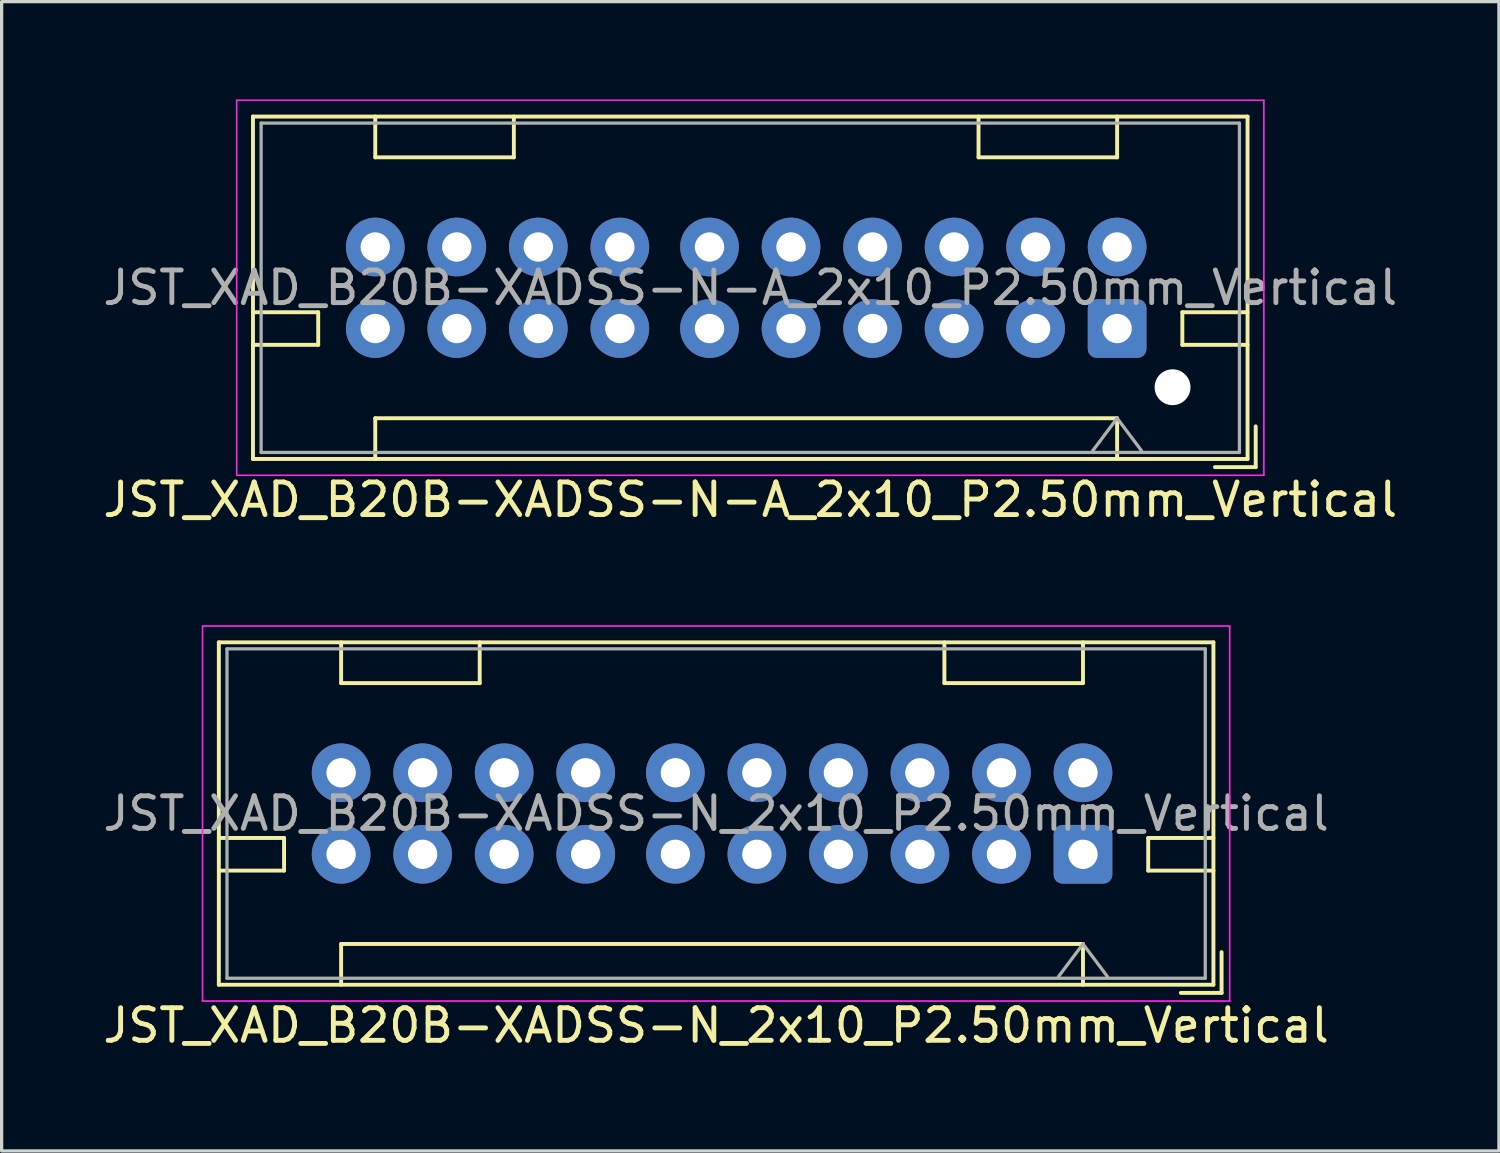
<source format=kicad_pcb>
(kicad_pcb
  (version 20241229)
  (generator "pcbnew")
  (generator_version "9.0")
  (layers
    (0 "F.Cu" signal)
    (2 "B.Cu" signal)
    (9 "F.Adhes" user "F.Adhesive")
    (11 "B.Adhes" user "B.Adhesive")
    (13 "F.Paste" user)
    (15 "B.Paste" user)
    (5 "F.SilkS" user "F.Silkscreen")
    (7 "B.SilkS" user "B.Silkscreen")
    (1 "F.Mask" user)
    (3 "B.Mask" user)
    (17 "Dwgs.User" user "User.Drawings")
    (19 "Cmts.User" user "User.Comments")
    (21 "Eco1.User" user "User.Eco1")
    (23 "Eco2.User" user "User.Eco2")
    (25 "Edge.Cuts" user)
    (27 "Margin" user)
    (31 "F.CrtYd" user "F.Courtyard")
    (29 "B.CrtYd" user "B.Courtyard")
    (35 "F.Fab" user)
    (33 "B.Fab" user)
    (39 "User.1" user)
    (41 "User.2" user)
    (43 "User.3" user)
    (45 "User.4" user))
  (footprint "JST_XAD_B20B-XADSS-N-A_2x10_P2.50mm_Vertical"
    (layer "F.Cu")
    (at 31.208 7.025)
    (property "Reference" "JST_XAD_B20B-XADSS-N-A_2x10_P2.50mm_Vertical" (at -11.25 5.25 0) (layer "F.SilkS") (effects (font (size 1 1) (thickness 0.15))))
    (attr through_hole)
    (fp_line (start -26.5 -6.5) (end -26.5 4) (stroke (width 0.12) (type solid)) (layer "F.SilkS"))
    (fp_line (start -26.5 0.5) (end -24.5 0.5) (stroke (width 0.12) (type solid)) (layer "F.SilkS"))
    (fp_line (start -26.5 4) (end 4 4) (stroke (width 0.12) (type solid)) (layer "F.SilkS"))
    (fp_line (start -24.5 -0.5) (end -26.5 -0.5) (stroke (width 0.12) (type solid)) (layer "F.SilkS"))
    (fp_line (start -24.5 0.5) (end -24.5 -0.5) (stroke (width 0.12) (type solid)) (layer "F.SilkS"))
    (fp_line (start -22.75 -5.25) (end -22.75 -6.5) (stroke (width 0.12) (type solid)) (layer "F.SilkS"))
    (fp_line (start -22.75 2.75) (end 0 2.75) (stroke (width 0.12) (type solid)) (layer "F.SilkS"))
    (fp_line (start -22.75 4) (end -22.75 2.75) (stroke (width 0.12) (type solid)) (layer "F.SilkS"))
    (fp_line (start -18.5 -6.5) (end -18.5 -5.25) (stroke (width 0.12) (type solid)) (layer "F.SilkS"))
    (fp_line (start -18.5 -5.25) (end -22.75 -5.25) (stroke (width 0.12) (type solid)) (layer "F.SilkS"))
    (fp_line (start -4.25 -6.5) (end -4.25 -5.25) (stroke (width 0.12) (type solid)) (layer "F.SilkS"))
    (fp_line (start -4.25 -5.25) (end 0 -5.25) (stroke (width 0.12) (type solid)) (layer "F.SilkS"))
    (fp_line (start 0 -5.25) (end 0 -6.5) (stroke (width 0.12) (type solid)) (layer "F.SilkS"))
    (fp_line (start 0 2.75) (end 0 4) (stroke (width 0.12) (type solid)) (layer "F.SilkS"))
    (fp_line (start 2 -0.5) (end 4 -0.5) (stroke (width 0.12) (type solid)) (layer "F.SilkS"))
    (fp_line (start 2 0.5) (end 2 -0.5) (stroke (width 0.12) (type solid)) (layer "F.SilkS"))
    (fp_line (start 3 4.25) (end 4.25 4.25) (stroke (width 0.12) (type solid)) (layer "F.SilkS"))
    (fp_line (start 4 -6.5) (end -26.5 -6.5) (stroke (width 0.12) (type solid)) (layer "F.SilkS"))
    (fp_line (start 4 0.5) (end 2 0.5) (stroke (width 0.12) (type solid)) (layer "F.SilkS"))
    (fp_line (start 4 4) (end 4 -6.5) (stroke (width 0.12) (type solid)) (layer "F.SilkS"))
    (fp_line (start 4.25 4.25) (end 4.25 3) (stroke (width 0.12) (type solid)) (layer "F.SilkS"))
    (fp_line (start -27 -7) (end -27 4.5) (stroke (width 0.05) (type solid)) (layer "F.CrtYd"))
    (fp_line (start -27 4.5) (end 4.5 4.5) (stroke (width 0.05) (type solid)) (layer "F.CrtYd"))
    (fp_line (start 4.5 -7) (end -27 -7) (stroke (width 0.05) (type solid)) (layer "F.CrtYd"))
    (fp_line (start 4.5 4.5) (end 4.5 -7) (stroke (width 0.05) (type solid)) (layer "F.CrtYd"))
    (fp_line (start -26.25 -6.3) (end -26.25 3.8) (stroke (width 0.1) (type solid)) (layer "F.Fab"))
    (fp_line (start -26.25 3.8) (end 3.75 3.8) (stroke (width 0.1) (type solid)) (layer "F.Fab"))
    (fp_line (start 0 2.75) (end -0.75 3.75) (stroke (width 0.1) (type solid)) (layer "F.Fab"))
    (fp_line (start 0 2.75) (end 0.75 3.75) (stroke (width 0.1) (type solid)) (layer "F.Fab"))
    (fp_line (start 3.75 -6.3) (end -26.25 -6.3) (stroke (width 0.1) (type solid)) (layer "F.Fab"))
    (fp_line (start 3.75 3.8) (end 3.75 -6.3) (stroke (width 0.1) (type solid)) (layer "F.Fab"))
    (fp_text user "${REFERENCE}" (at -11.25 -1.25 0) (layer "F.Fab") (effects (font (size 1 1) (thickness 0.15))))
    (pad "" np_thru_hole circle (at 1.7 1.8 180) (size 1.1 1.1) (drill 1.1) (layers "*.Cu" "*.Mask"))
    (pad "1" thru_hole roundrect (at 0 0 180) (size 1.8 1.8) (drill 0.9) (layers "*.Cu" "*.Mask") (roundrect_rratio 0.15))
    (pad "2" thru_hole circle (at 0 -2.5 180) (size 1.8 1.8) (drill 0.9) (layers "*.Cu" "*.Mask"))
    (pad "3" thru_hole circle (at -2.5 0 180) (size 1.8 1.8) (drill 0.9) (layers "*.Cu" "*.Mask"))
    (pad "4" thru_hole circle (at -2.5 -2.5 180) (size 1.8 1.8) (drill 0.9) (layers "*.Cu" "*.Mask"))
    (pad "5" thru_hole circle (at -5 0 180) (size 1.8 1.8) (drill 0.9) (layers "*.Cu" "*.Mask"))
    (pad "6" thru_hole circle (at -5 -2.5 180) (size 1.8 1.8) (drill 0.9) (layers "*.Cu" "*.Mask"))
    (pad "7" thru_hole circle (at -7.5 0 180) (size 1.8 1.8) (drill 0.9) (layers "*.Cu" "*.Mask"))
    (pad "8" thru_hole circle (at -7.5 -2.5 180) (size 1.8 1.8) (drill 0.9) (layers "*.Cu" "*.Mask"))
    (pad "9" thru_hole circle (at -10 0 180) (size 1.8 1.8) (drill 0.9) (layers "*.Cu" "*.Mask"))
    (pad "10" thru_hole circle (at -10 -2.5 180) (size 1.8 1.8) (drill 0.9) (layers "*.Cu" "*.Mask"))
    (pad "11" thru_hole circle (at -12.5 0 180) (size 1.8 1.8) (drill 0.9) (layers "*.Cu" "*.Mask"))
    (pad "12" thru_hole circle (at -12.5 -2.5 180) (size 1.8 1.8) (drill 0.9) (layers "*.Cu" "*.Mask"))
    (pad "13" thru_hole circle (at -15.25 0 180) (size 1.8 1.8) (drill 0.9) (layers "*.Cu" "*.Mask"))
    (pad "14" thru_hole circle (at -15.25 -2.5 180) (size 1.8 1.8) (drill 0.9) (layers "*.Cu" "*.Mask"))
    (pad "15" thru_hole circle (at -17.75 0 180) (size 1.8 1.8) (drill 0.9) (layers "*.Cu" "*.Mask"))
    (pad "16" thru_hole circle (at -17.75 -2.5 180) (size 1.8 1.8) (drill 0.9) (layers "*.Cu" "*.Mask"))
    (pad "17" thru_hole circle (at -20.25 0 180) (size 1.8 1.8) (drill 0.9) (layers "*.Cu" "*.Mask"))
    (pad "18" thru_hole circle (at -20.25 -2.5 180) (size 1.8 1.8) (drill 0.9) (layers "*.Cu" "*.Mask"))
    (pad "19" thru_hole circle (at -22.75 0 180) (size 1.8 1.8) (drill 0.9) (layers "*.Cu" "*.Mask"))
    (pad "20" thru_hole circle (at -22.75 -2.5 180) (size 1.8 1.8) (drill 0.9) (layers "*.Cu" "*.Mask")))
  (footprint "JST_XAD_B20B-XADSS-N_2x10_P2.50mm_Vertical"
    (layer "F.Cu")
    (at 30.161 23.148)
    (property "Reference" "JST_XAD_B20B-XADSS-N_2x10_P2.50mm_Vertical" (at -11.25 5.25 0) (layer "F.SilkS") (effects (font (size 1 1) (thickness 0.15))))
    (attr through_hole)
    (fp_line (start -26.5 -6.5) (end -26.5 4) (stroke (width 0.12) (type solid)) (layer "F.SilkS"))
    (fp_line (start -26.5 0.5) (end -24.5 0.5) (stroke (width 0.12) (type solid)) (layer "F.SilkS"))
    (fp_line (start -26.5 4) (end 4 4) (stroke (width 0.12) (type solid)) (layer "F.SilkS"))
    (fp_line (start -24.5 -0.5) (end -26.5 -0.5) (stroke (width 0.12) (type solid)) (layer "F.SilkS"))
    (fp_line (start -24.5 0.5) (end -24.5 -0.5) (stroke (width 0.12) (type solid)) (layer "F.SilkS"))
    (fp_line (start -22.75 -5.25) (end -22.75 -6.5) (stroke (width 0.12) (type solid)) (layer "F.SilkS"))
    (fp_line (start -22.75 2.75) (end 0 2.75) (stroke (width 0.12) (type solid)) (layer "F.SilkS"))
    (fp_line (start -22.75 4) (end -22.75 2.75) (stroke (width 0.12) (type solid)) (layer "F.SilkS"))
    (fp_line (start -18.5 -6.5) (end -18.5 -5.25) (stroke (width 0.12) (type solid)) (layer "F.SilkS"))
    (fp_line (start -18.5 -5.25) (end -22.75 -5.25) (stroke (width 0.12) (type solid)) (layer "F.SilkS"))
    (fp_line (start -4.25 -6.5) (end -4.25 -5.25) (stroke (width 0.12) (type solid)) (layer "F.SilkS"))
    (fp_line (start -4.25 -5.25) (end 0 -5.25) (stroke (width 0.12) (type solid)) (layer "F.SilkS"))
    (fp_line (start 0 -5.25) (end 0 -6.5) (stroke (width 0.12) (type solid)) (layer "F.SilkS"))
    (fp_line (start 0 2.75) (end 0 4) (stroke (width 0.12) (type solid)) (layer "F.SilkS"))
    (fp_line (start 2 -0.5) (end 4 -0.5) (stroke (width 0.12) (type solid)) (layer "F.SilkS"))
    (fp_line (start 2 0.5) (end 2 -0.5) (stroke (width 0.12) (type solid)) (layer "F.SilkS"))
    (fp_line (start 3 4.25) (end 4.25 4.25) (stroke (width 0.12) (type solid)) (layer "F.SilkS"))
    (fp_line (start 4 -6.5) (end -26.5 -6.5) (stroke (width 0.12) (type solid)) (layer "F.SilkS"))
    (fp_line (start 4 0.5) (end 2 0.5) (stroke (width 0.12) (type solid)) (layer "F.SilkS"))
    (fp_line (start 4 4) (end 4 -6.5) (stroke (width 0.12) (type solid)) (layer "F.SilkS"))
    (fp_line (start 4.25 4.25) (end 4.25 3) (stroke (width 0.12) (type solid)) (layer "F.SilkS"))
    (fp_line (start -27 -7) (end -27 4.5) (stroke (width 0.05) (type solid)) (layer "F.CrtYd"))
    (fp_line (start -27 4.5) (end 4.5 4.5) (stroke (width 0.05) (type solid)) (layer "F.CrtYd"))
    (fp_line (start 4.5 -7) (end -27 -7) (stroke (width 0.05) (type solid)) (layer "F.CrtYd"))
    (fp_line (start 4.5 4.5) (end 4.5 -7) (stroke (width 0.05) (type solid)) (layer "F.CrtYd"))
    (fp_line (start -26.25 -6.3) (end -26.25 3.8) (stroke (width 0.1) (type solid)) (layer "F.Fab"))
    (fp_line (start -26.25 3.8) (end 3.75 3.8) (stroke (width 0.1) (type solid)) (layer "F.Fab"))
    (fp_line (start 0 2.75) (end -0.75 3.75) (stroke (width 0.1) (type solid)) (layer "F.Fab"))
    (fp_line (start 0 2.75) (end 0.75 3.75) (stroke (width 0.1) (type solid)) (layer "F.Fab"))
    (fp_line (start 3.75 -6.3) (end -26.25 -6.3) (stroke (width 0.1) (type solid)) (layer "F.Fab"))
    (fp_line (start 3.75 3.8) (end 3.75 -6.3) (stroke (width 0.1) (type solid)) (layer "F.Fab"))
    (fp_text user "${REFERENCE}" (at -11.25 -1.25 0) (layer "F.Fab") (effects (font (size 1 1) (thickness 0.15))))
    (pad "1" thru_hole roundrect (at 0 0 180) (size 1.8 1.8) (drill 0.9) (layers "*.Cu" "*.Mask") (roundrect_rratio 0.15))
    (pad "2" thru_hole circle (at 0 -2.5 180) (size 1.8 1.8) (drill 0.9) (layers "*.Cu" "*.Mask"))
    (pad "3" thru_hole circle (at -2.5 0 180) (size 1.8 1.8) (drill 0.9) (layers "*.Cu" "*.Mask"))
    (pad "4" thru_hole circle (at -2.5 -2.5 180) (size 1.8 1.8) (drill 0.9) (layers "*.Cu" "*.Mask"))
    (pad "5" thru_hole circle (at -5 0 180) (size 1.8 1.8) (drill 0.9) (layers "*.Cu" "*.Mask"))
    (pad "6" thru_hole circle (at -5 -2.5 180) (size 1.8 1.8) (drill 0.9) (layers "*.Cu" "*.Mask"))
    (pad "7" thru_hole circle (at -7.5 0 180) (size 1.8 1.8) (drill 0.9) (layers "*.Cu" "*.Mask"))
    (pad "8" thru_hole circle (at -7.5 -2.5 180) (size 1.8 1.8) (drill 0.9) (layers "*.Cu" "*.Mask"))
    (pad "9" thru_hole circle (at -10 0 180) (size 1.8 1.8) (drill 0.9) (layers "*.Cu" "*.Mask"))
    (pad "10" thru_hole circle (at -10 -2.5 180) (size 1.8 1.8) (drill 0.9) (layers "*.Cu" "*.Mask"))
    (pad "11" thru_hole circle (at -12.5 0 180) (size 1.8 1.8) (drill 0.9) (layers "*.Cu" "*.Mask"))
    (pad "12" thru_hole circle (at -12.5 -2.5 180) (size 1.8 1.8) (drill 0.9) (layers "*.Cu" "*.Mask"))
    (pad "13" thru_hole circle (at -15.25 0 180) (size 1.8 1.8) (drill 0.9) (layers "*.Cu" "*.Mask"))
    (pad "14" thru_hole circle (at -15.25 -2.5 180) (size 1.8 1.8) (drill 0.9) (layers "*.Cu" "*.Mask"))
    (pad "15" thru_hole circle (at -17.75 0 180) (size 1.8 1.8) (drill 0.9) (layers "*.Cu" "*.Mask"))
    (pad "16" thru_hole circle (at -17.75 -2.5 180) (size 1.8 1.8) (drill 0.9) (layers "*.Cu" "*.Mask"))
    (pad "17" thru_hole circle (at -20.25 0 180) (size 1.8 1.8) (drill 0.9) (layers "*.Cu" "*.Mask"))
    (pad "18" thru_hole circle (at -20.25 -2.5 180) (size 1.8 1.8) (drill 0.9) (layers "*.Cu" "*.Mask"))
    (pad "19" thru_hole circle (at -22.75 0 180) (size 1.8 1.8) (drill 0.9) (layers "*.Cu" "*.Mask"))
    (pad "20" thru_hole circle (at -22.75 -2.5 180) (size 1.8 1.8) (drill 0.9) (layers "*.Cu" "*.Mask")))
  (gr_rect
    (start -3 -3)
    (end 42.917 32.246)
    (stroke (width 0.1) (type default))
    (fill no)
    (layer "Edge.Cuts")))
</source>
